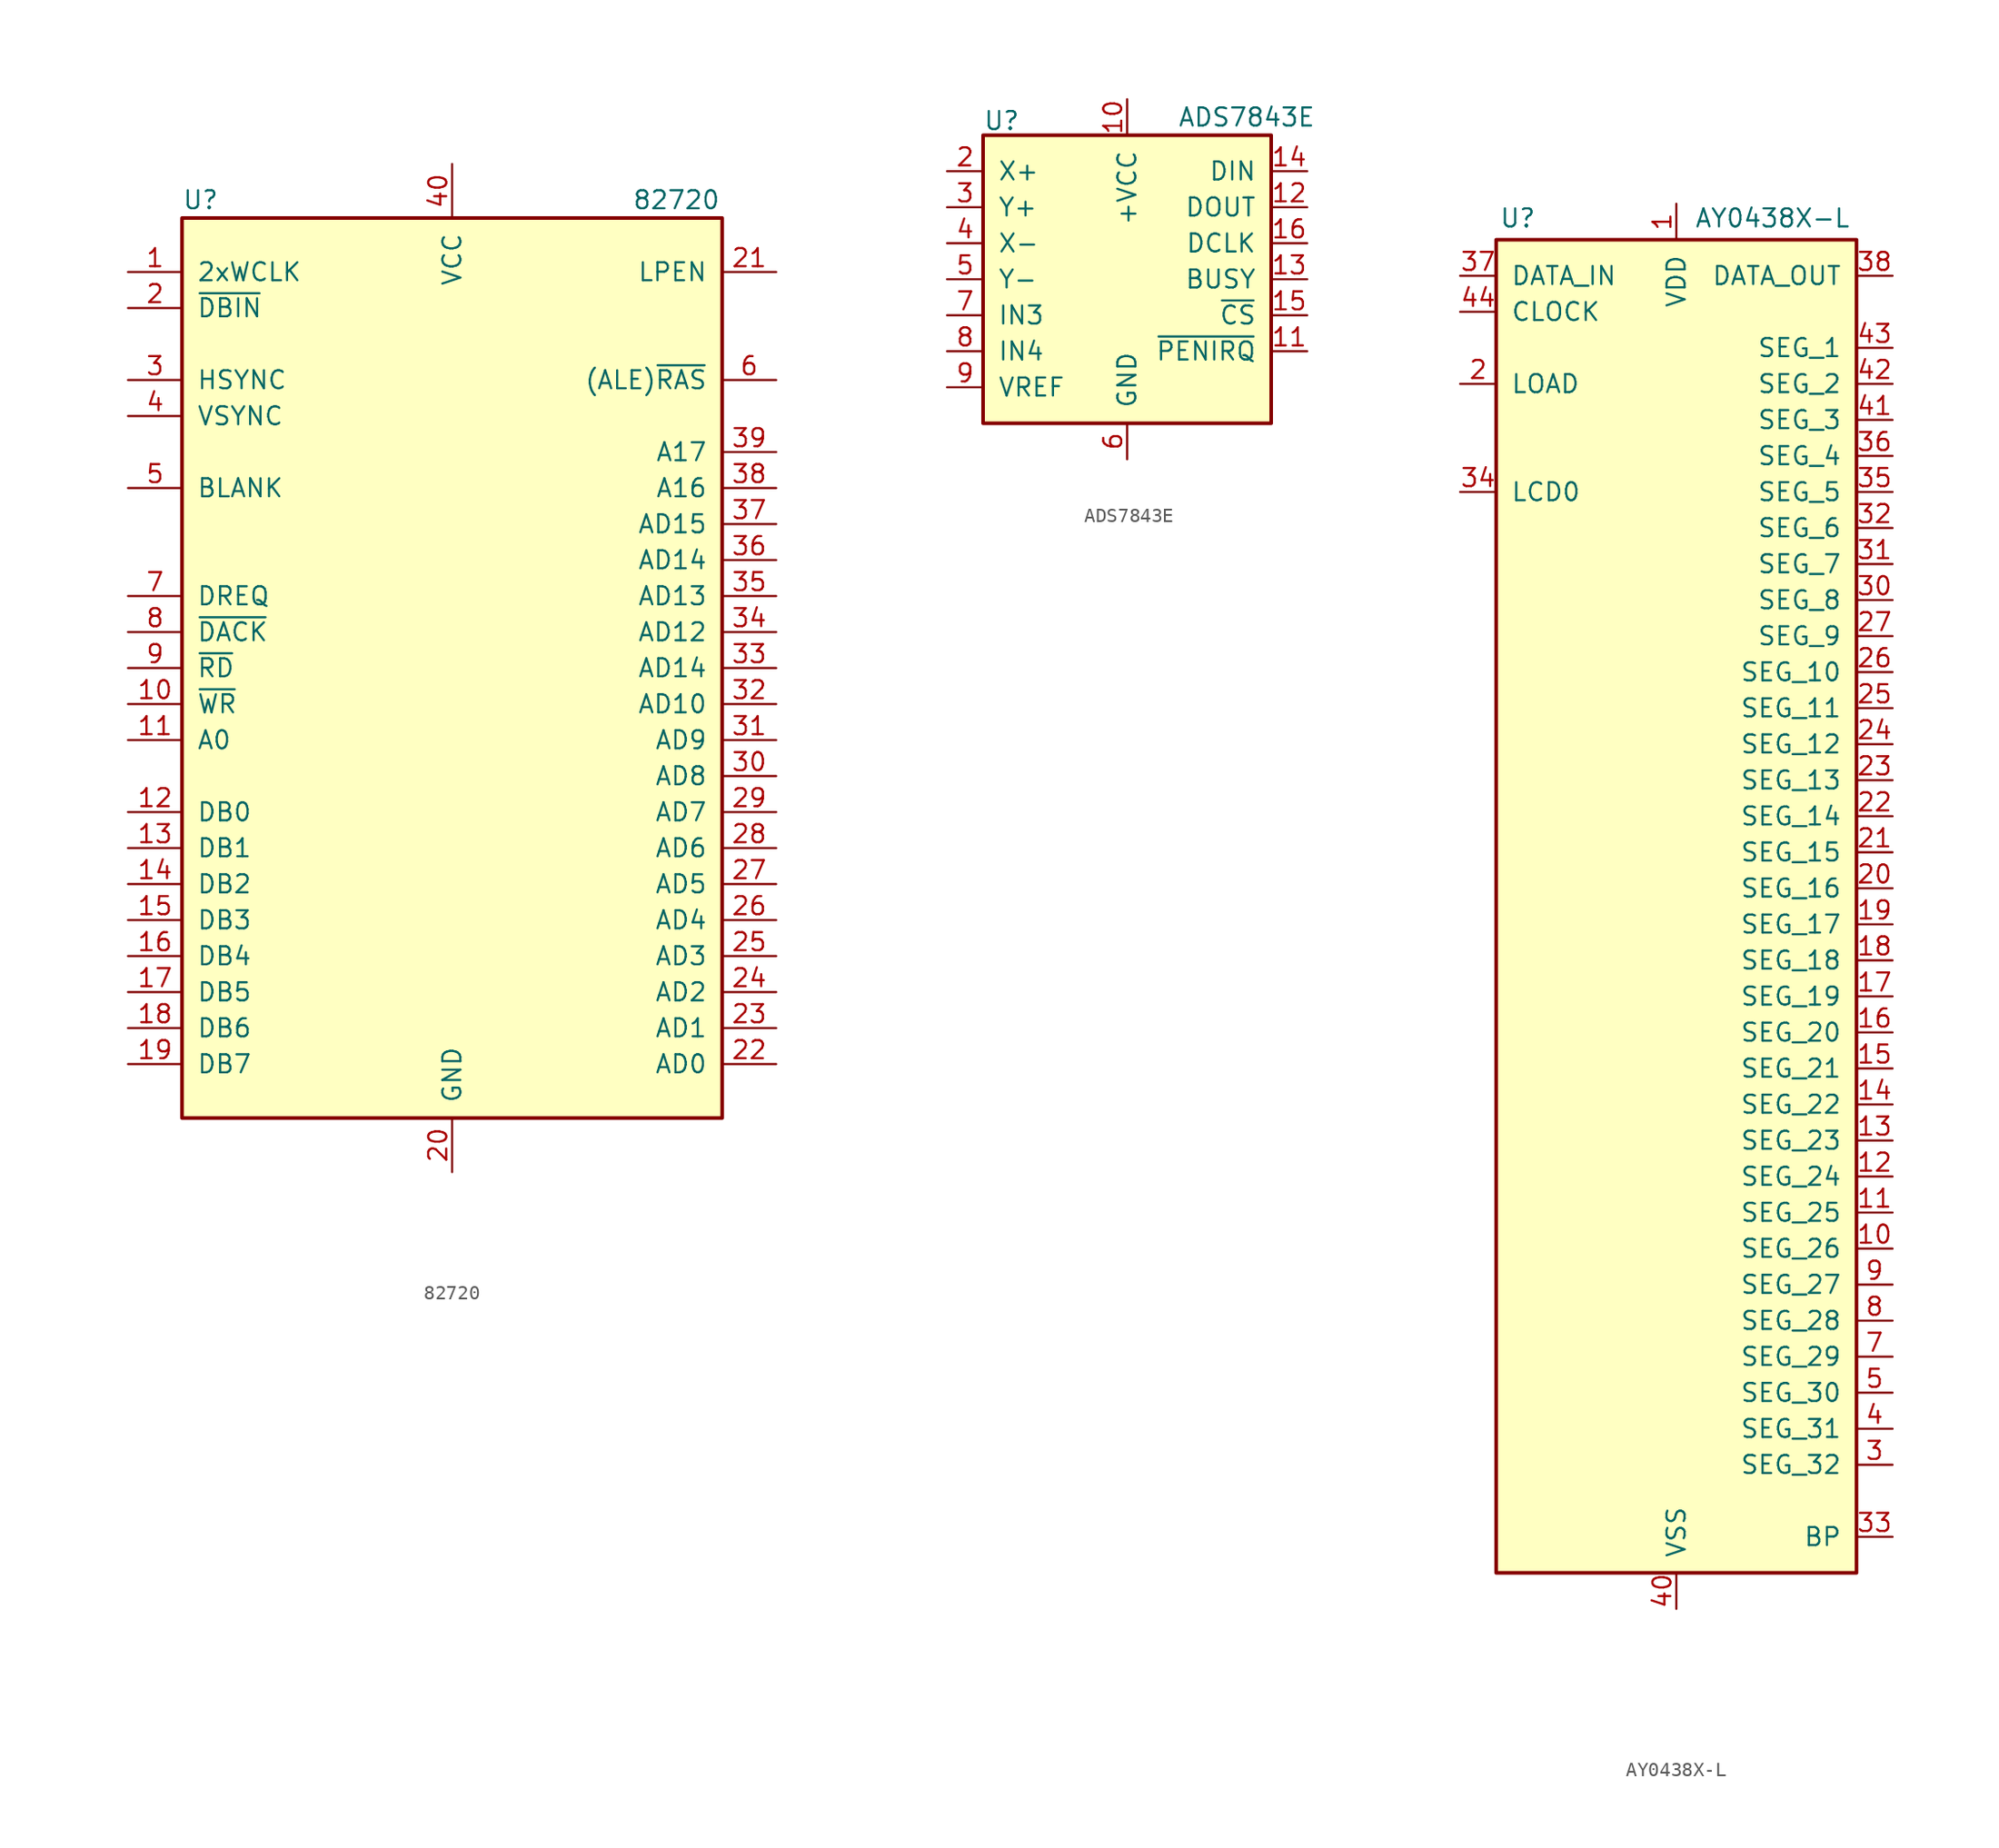
<source format=kicad_sym>
(kicad_symbol_lib
  (version 20201005)
  (generator kicad_symbol_editor)
  (symbol "82720"
    (pin_names
      (offset 1.016))
    (property "Reference" "U"
      (at -19.05 33.02 0)
      (effects (font (size 1.27 1.27)) (justify left)))
    (property "Value" "82720"
      (at 12.7 33.02 0)
      (effects (font (size 1.27 1.27)) (justify left)))
    (symbol "82720_0_0"
      (rectangle (start -19.05 -31.75) (end 19.05 31.75) (stroke (width 0.254)) (fill (type background))))
    (symbol "82720_1_1"
      (pin input line (at -22.86 27.94 0) (length 3.81) (name "2xWCLK" (effects (font (size 1.27 1.27)))) (number "1" (effects (font (size 1.27 1.27)))))
      (pin input line (at -22.86 -2.54 0) (length 3.81) (name "~WR~" (effects (font (size 1.27 1.27)))) (number "10" (effects (font (size 1.27 1.27)))))
      (pin input line (at -22.86 -5.08 0) (length 3.81) (name "A0" (effects (font (size 1.27 1.27)))) (number "11" (effects (font (size 1.27 1.27)))))
      (pin bidirectional line (at -22.86 -10.16 0) (length 3.81) (name "DB0" (effects (font (size 1.27 1.27)))) (number "12" (effects (font (size 1.27 1.27)))))
      (pin bidirectional line (at -22.86 -12.7 0) (length 3.81) (name "DB1" (effects (font (size 1.27 1.27)))) (number "13" (effects (font (size 1.27 1.27)))))
      (pin bidirectional line (at -22.86 -15.24 0) (length 3.81) (name "DB2" (effects (font (size 1.27 1.27)))) (number "14" (effects (font (size 1.27 1.27)))))
      (pin bidirectional line (at -22.86 -17.78 0) (length 3.81) (name "DB3" (effects (font (size 1.27 1.27)))) (number "15" (effects (font (size 1.27 1.27)))))
      (pin bidirectional line (at -22.86 -20.32 0) (length 3.81) (name "DB4" (effects (font (size 1.27 1.27)))) (number "16" (effects (font (size 1.27 1.27)))))
      (pin bidirectional line (at -22.86 -22.86 0) (length 3.81) (name "DB5" (effects (font (size 1.27 1.27)))) (number "17" (effects (font (size 1.27 1.27)))))
      (pin bidirectional line (at -22.86 -25.4 0) (length 3.81) (name "DB6" (effects (font (size 1.27 1.27)))) (number "18" (effects (font (size 1.27 1.27)))))
      (pin bidirectional line (at -22.86 -27.94 0) (length 3.81) (name "DB7" (effects (font (size 1.27 1.27)))) (number "19" (effects (font (size 1.27 1.27)))))
      (pin input line (at -22.86 25.4 0) (length 3.81) (name "~DBIN" (effects (font (size 1.27 1.27)))) (number "2" (effects (font (size 1.27 1.27)))))
      (pin power_in line (at 0 -35.56 90) (length 3.81) (name "GND" (effects (font (size 1.27 1.27)))) (number "20" (effects (font (size 1.27 1.27)))))
      (pin input line (at 22.86 27.94 180) (length 3.81) (name "LPEN" (effects (font (size 1.27 1.27)))) (number "21" (effects (font (size 1.27 1.27)))))
      (pin bidirectional line (at 22.86 -27.94 180) (length 3.81) (name "AD0" (effects (font (size 1.27 1.27)))) (number "22" (effects (font (size 1.27 1.27)))))
      (pin bidirectional line (at 22.86 -25.4 180) (length 3.81) (name "AD1" (effects (font (size 1.27 1.27)))) (number "23" (effects (font (size 1.27 1.27)))))
      (pin bidirectional line (at 22.86 -22.86 180) (length 3.81) (name "AD2" (effects (font (size 1.27 1.27)))) (number "24" (effects (font (size 1.27 1.27)))))
      (pin bidirectional line (at 22.86 -20.32 180) (length 3.81) (name "AD3" (effects (font (size 1.27 1.27)))) (number "25" (effects (font (size 1.27 1.27)))))
      (pin bidirectional line (at 22.86 -17.78 180) (length 3.81) (name "AD4" (effects (font (size 1.27 1.27)))) (number "26" (effects (font (size 1.27 1.27)))))
      (pin bidirectional line (at 22.86 -15.24 180) (length 3.81) (name "AD5" (effects (font (size 1.27 1.27)))) (number "27" (effects (font (size 1.27 1.27)))))
      (pin bidirectional line (at 22.86 -12.7 180) (length 3.81) (name "AD6" (effects (font (size 1.27 1.27)))) (number "28" (effects (font (size 1.27 1.27)))))
      (pin bidirectional line (at 22.86 -10.16 180) (length 3.81) (name "AD7" (effects (font (size 1.27 1.27)))) (number "29" (effects (font (size 1.27 1.27)))))
      (pin output line (at -22.86 20.32 0) (length 3.81) (name "HSYNC" (effects (font (size 1.27 1.27)))) (number "3" (effects (font (size 1.27 1.27)))))
      (pin bidirectional line (at 22.86 -7.62 180) (length 3.81) (name "AD8" (effects (font (size 1.27 1.27)))) (number "30" (effects (font (size 1.27 1.27)))))
      (pin bidirectional line (at 22.86 -5.08 180) (length 3.81) (name "AD9" (effects (font (size 1.27 1.27)))) (number "31" (effects (font (size 1.27 1.27)))))
      (pin bidirectional line (at 22.86 -2.54 180) (length 3.81) (name "AD10" (effects (font (size 1.27 1.27)))) (number "32" (effects (font (size 1.27 1.27)))))
      (pin bidirectional line (at 22.86 0 180) (length 3.81) (name "AD14" (effects (font (size 1.27 1.27)))) (number "33" (effects (font (size 1.27 1.27)))))
      (pin bidirectional line (at 22.86 2.54 180) (length 3.81) (name "AD12" (effects (font (size 1.27 1.27)))) (number "34" (effects (font (size 1.27 1.27)))))
      (pin bidirectional line (at 22.86 5.08 180) (length 3.81) (name "AD13" (effects (font (size 1.27 1.27)))) (number "35" (effects (font (size 1.27 1.27)))))
      (pin bidirectional line (at 22.86 7.62 180) (length 3.81) (name "AD14" (effects (font (size 1.27 1.27)))) (number "36" (effects (font (size 1.27 1.27)))))
      (pin bidirectional line (at 22.86 10.16 180) (length 3.81) (name "AD15" (effects (font (size 1.27 1.27)))) (number "37" (effects (font (size 1.27 1.27)))))
      (pin output line (at 22.86 12.7 180) (length 3.81) (name "A16" (effects (font (size 1.27 1.27)))) (number "38" (effects (font (size 1.27 1.27)))))
      (pin output line (at 22.86 15.24 180) (length 3.81) (name "A17" (effects (font (size 1.27 1.27)))) (number "39" (effects (font (size 1.27 1.27)))))
      (pin bidirectional line (at -22.86 17.78 0) (length 3.81) (name "VSYNC" (effects (font (size 1.27 1.27)))) (number "4" (effects (font (size 1.27 1.27)))))
      (pin power_in line (at 0 35.56 270) (length 3.81) (name "VCC" (effects (font (size 1.27 1.27)))) (number "40" (effects (font (size 1.27 1.27)))))
      (pin output line (at -22.86 12.7 0) (length 3.81) (name "BLANK" (effects (font (size 1.27 1.27)))) (number "5" (effects (font (size 1.27 1.27)))))
      (pin output line (at 22.86 20.32 180) (length 3.81) (name "(ALE)~RAS~" (effects (font (size 1.27 1.27)))) (number "6" (effects (font (size 1.27 1.27)))))
      (pin output line (at -22.86 5.08 0) (length 3.81) (name "DREQ" (effects (font (size 1.27 1.27)))) (number "7" (effects (font (size 1.27 1.27)))))
      (pin input line (at -22.86 2.54 0) (length 3.81) (name "~DACK~" (effects (font (size 1.27 1.27)))) (number "8" (effects (font (size 1.27 1.27)))))
      (pin input line (at -22.86 0 0) (length 3.81) (name "~RD~" (effects (font (size 1.27 1.27)))) (number "9" (effects (font (size 1.27 1.27)))))))
  (symbol "ADS7843E"
    (pin_names
      (offset 1.016))
    (property "Reference" "U"
      (at -10.16 11.176 0)
      (effects (font (size 1.27 1.27)) (justify left)))
    (property "Value" "ADS7843E"
      (at 3.556 11.43 0)
      (effects (font (size 1.27 1.27)) (justify left)))
    (symbol "ADS7843E_0_1"
      (rectangle (start -10.16 10.16) (end 10.16 -10.16) (stroke (width 0.254)) (fill (type background))))
    (symbol "ADS7843E_1_1"
      (pin passive line (at 0 12.7 270) (length 2.54) hide (name "+VCC" (effects (font (size 1.27 1.27)))) (number "1" (effects (font (size 1.27 1.27)))))
      (pin power_in line (at 0 12.7 270) (length 2.54) (name "+VCC" (effects (font (size 1.27 1.27)))) (number "10" (effects (font (size 1.27 1.27)))))
      (pin open_collector line (at 12.7 -5.08 180) (length 2.54) (name "~PENIRQ" (effects (font (size 1.27 1.27)))) (number "11" (effects (font (size 1.27 1.27)))))
      (pin output line (at 12.7 5.08 180) (length 2.54) (name "DOUT" (effects (font (size 1.27 1.27)))) (number "12" (effects (font (size 1.27 1.27)))))
      (pin output line (at 12.7 0 180) (length 2.54) (name "BUSY" (effects (font (size 1.27 1.27)))) (number "13" (effects (font (size 1.27 1.27)))))
      (pin input line (at 12.7 7.62 180) (length 2.54) (name "DIN" (effects (font (size 1.27 1.27)))) (number "14" (effects (font (size 1.27 1.27)))))
      (pin input line (at 12.7 -2.54 180) (length 2.54) (name "~CS" (effects (font (size 1.27 1.27)))) (number "15" (effects (font (size 1.27 1.27)))))
      (pin input line (at 12.7 2.54 180) (length 2.54) (name "DCLK" (effects (font (size 1.27 1.27)))) (number "16" (effects (font (size 1.27 1.27)))))
      (pin input line (at -12.7 7.62 0) (length 2.54) (name "X+" (effects (font (size 1.27 1.27)))) (number "2" (effects (font (size 1.27 1.27)))))
      (pin input line (at -12.7 5.08 0) (length 2.54) (name "Y+" (effects (font (size 1.27 1.27)))) (number "3" (effects (font (size 1.27 1.27)))))
      (pin input line (at -12.7 2.54 0) (length 2.54) (name "X-" (effects (font (size 1.27 1.27)))) (number "4" (effects (font (size 1.27 1.27)))))
      (pin input line (at -12.7 0 0) (length 2.54) (name "Y-" (effects (font (size 1.27 1.27)))) (number "5" (effects (font (size 1.27 1.27)))))
      (pin power_in line (at 0 -12.7 90) (length 2.54) (name "GND" (effects (font (size 1.27 1.27)))) (number "6" (effects (font (size 1.27 1.27)))))
      (pin input line (at -12.7 -2.54 0) (length 2.54) (name "IN3" (effects (font (size 1.27 1.27)))) (number "7" (effects (font (size 1.27 1.27)))))
      (pin input line (at -12.7 -5.08 0) (length 2.54) (name "IN4" (effects (font (size 1.27 1.27)))) (number "8" (effects (font (size 1.27 1.27)))))
      (pin input line (at -12.7 -7.62 0) (length 2.54) (name "VREF" (effects (font (size 1.27 1.27)))) (number "9" (effects (font (size 1.27 1.27)))))))
  (symbol "AY0438X-L"
    (pin_names
      (offset 1.016))
    (property "Reference" "U"
      (at -11.176 47.244 0)
      (effects (font (size 1.27 1.27))))
    (property "Value" "AY0438X-L"
      (at 1.27 47.244 0)
      (effects (font (size 1.27 1.27)) (justify left)))
    (symbol "AY0438X-L_0_1"
      (rectangle (start -12.7 45.72) (end 12.7 -48.26) (stroke (width 0.254)) (fill (type background))))
    (symbol "AY0438X-L_1_1"
      (pin power_in line (at 0 48.26 270) (length 2.54) (name "VDD" (effects (font (size 1.27 1.27)))) (number "1" (effects (font (size 1.27 1.27)))))
      (pin output line (at 15.24 -25.4 180) (length 2.54) (name "SEG_26" (effects (font (size 1.27 1.27)))) (number "10" (effects (font (size 1.27 1.27)))))
      (pin output line (at 15.24 -22.86 180) (length 2.54) (name "SEG_25" (effects (font (size 1.27 1.27)))) (number "11" (effects (font (size 1.27 1.27)))))
      (pin output line (at 15.24 -20.32 180) (length 2.54) (name "SEG_24" (effects (font (size 1.27 1.27)))) (number "12" (effects (font (size 1.27 1.27)))))
      (pin output line (at 15.24 -17.78 180) (length 2.54) (name "SEG_23" (effects (font (size 1.27 1.27)))) (number "13" (effects (font (size 1.27 1.27)))))
      (pin output line (at 15.24 -15.24 180) (length 2.54) (name "SEG_22" (effects (font (size 1.27 1.27)))) (number "14" (effects (font (size 1.27 1.27)))))
      (pin output line (at 15.24 -12.7 180) (length 2.54) (name "SEG_21" (effects (font (size 1.27 1.27)))) (number "15" (effects (font (size 1.27 1.27)))))
      (pin output line (at 15.24 -10.16 180) (length 2.54) (name "SEG_20" (effects (font (size 1.27 1.27)))) (number "16" (effects (font (size 1.27 1.27)))))
      (pin output line (at 15.24 -7.62 180) (length 2.54) (name "SEG_19" (effects (font (size 1.27 1.27)))) (number "17" (effects (font (size 1.27 1.27)))))
      (pin output line (at 15.24 -5.08 180) (length 2.54) (name "SEG_18" (effects (font (size 1.27 1.27)))) (number "18" (effects (font (size 1.27 1.27)))))
      (pin output line (at 15.24 -2.54 180) (length 2.54) (name "SEG_17" (effects (font (size 1.27 1.27)))) (number "19" (effects (font (size 1.27 1.27)))))
      (pin input line (at -15.24 35.56 0) (length 2.54) (name "LOAD" (effects (font (size 1.27 1.27)))) (number "2" (effects (font (size 1.27 1.27)))))
      (pin output line (at 15.24 0 180) (length 2.54) (name "SEG_16" (effects (font (size 1.27 1.27)))) (number "20" (effects (font (size 1.27 1.27)))))
      (pin output line (at 15.24 2.54 180) (length 2.54) (name "SEG_15" (effects (font (size 1.27 1.27)))) (number "21" (effects (font (size 1.27 1.27)))))
      (pin output line (at 15.24 5.08 180) (length 2.54) (name "SEG_14" (effects (font (size 1.27 1.27)))) (number "22" (effects (font (size 1.27 1.27)))))
      (pin output line (at 15.24 7.62 180) (length 2.54) (name "SEG_13" (effects (font (size 1.27 1.27)))) (number "23" (effects (font (size 1.27 1.27)))))
      (pin output line (at 15.24 10.16 180) (length 2.54) (name "SEG_12" (effects (font (size 1.27 1.27)))) (number "24" (effects (font (size 1.27 1.27)))))
      (pin output line (at 15.24 12.7 180) (length 2.54) (name "SEG_11" (effects (font (size 1.27 1.27)))) (number "25" (effects (font (size 1.27 1.27)))))
      (pin output line (at 15.24 15.24 180) (length 2.54) (name "SEG_10" (effects (font (size 1.27 1.27)))) (number "26" (effects (font (size 1.27 1.27)))))
      (pin output line (at 15.24 17.78 180) (length 2.54) (name "SEG_9" (effects (font (size 1.27 1.27)))) (number "27" (effects (font (size 1.27 1.27)))))
      (pin no_connect line (at -12.7 -38.1 0) (length 2.54) hide (name "NC" (effects (font (size 1.27 1.27)))) (number "28" (effects (font (size 1.27 1.27)))))
      (pin no_connect line (at -12.7 -35.56 0) (length 2.54) hide (name "NC" (effects (font (size 1.27 1.27)))) (number "29" (effects (font (size 1.27 1.27)))))
      (pin output line (at 15.24 -40.64 180) (length 2.54) (name "SEG_32" (effects (font (size 1.27 1.27)))) (number "3" (effects (font (size 1.27 1.27)))))
      (pin output line (at 15.24 20.32 180) (length 2.54) (name "SEG_8" (effects (font (size 1.27 1.27)))) (number "30" (effects (font (size 1.27 1.27)))))
      (pin output line (at 15.24 22.86 180) (length 2.54) (name "SEG_7" (effects (font (size 1.27 1.27)))) (number "31" (effects (font (size 1.27 1.27)))))
      (pin output line (at 15.24 25.4 180) (length 2.54) (name "SEG_6" (effects (font (size 1.27 1.27)))) (number "32" (effects (font (size 1.27 1.27)))))
      (pin output line (at 15.24 -45.72 180) (length 2.54) (name "BP" (effects (font (size 1.27 1.27)))) (number "33" (effects (font (size 1.27 1.27)))))
      (pin input line (at -15.24 27.94 0) (length 2.54) (name "LCD0" (effects (font (size 1.27 1.27)))) (number "34" (effects (font (size 1.27 1.27)))))
      (pin output line (at 15.24 27.94 180) (length 2.54) (name "SEG_5" (effects (font (size 1.27 1.27)))) (number "35" (effects (font (size 1.27 1.27)))))
      (pin output line (at 15.24 30.48 180) (length 2.54) (name "SEG_4" (effects (font (size 1.27 1.27)))) (number "36" (effects (font (size 1.27 1.27)))))
      (pin input line (at -15.24 43.18 0) (length 2.54) (name "DATA_IN" (effects (font (size 1.27 1.27)))) (number "37" (effects (font (size 1.27 1.27)))))
      (pin output line (at 15.24 43.18 180) (length 2.54) (name "DATA_OUT" (effects (font (size 1.27 1.27)))) (number "38" (effects (font (size 1.27 1.27)))))
      (pin no_connect line (at -12.7 -33.02 0) (length 2.54) hide (name "NC" (effects (font (size 1.27 1.27)))) (number "39" (effects (font (size 1.27 1.27)))))
      (pin output line (at 15.24 -38.1 180) (length 2.54) (name "SEG_31" (effects (font (size 1.27 1.27)))) (number "4" (effects (font (size 1.27 1.27)))))
      (pin power_in line (at 0 -50.8 90) (length 2.54) (name "VSS" (effects (font (size 1.27 1.27)))) (number "40" (effects (font (size 1.27 1.27)))))
      (pin output line (at 15.24 33.02 180) (length 2.54) (name "SEG_3" (effects (font (size 1.27 1.27)))) (number "41" (effects (font (size 1.27 1.27)))))
      (pin output line (at 15.24 35.56 180) (length 2.54) (name "SEG_2" (effects (font (size 1.27 1.27)))) (number "42" (effects (font (size 1.27 1.27)))))
      (pin output line (at 15.24 38.1 180) (length 2.54) (name "SEG_1" (effects (font (size 1.27 1.27)))) (number "43" (effects (font (size 1.27 1.27)))))
      (pin input line (at -15.24 40.64 0) (length 2.54) (name "CLOCK" (effects (font (size 1.27 1.27)))) (number "44" (effects (font (size 1.27 1.27)))))
      (pin output line (at 15.24 -35.56 180) (length 2.54) (name "SEG_30" (effects (font (size 1.27 1.27)))) (number "5" (effects (font (size 1.27 1.27)))))
      (pin no_connect line (at -12.7 -40.64 0) (length 2.54) hide (name "NC" (effects (font (size 1.27 1.27)))) (number "6" (effects (font (size 1.27 1.27)))))
      (pin output line (at 15.24 -33.02 180) (length 2.54) (name "SEG_29" (effects (font (size 1.27 1.27)))) (number "7" (effects (font (size 1.27 1.27)))))
      (pin output line (at 15.24 -30.48 180) (length 2.54) (name "SEG_28" (effects (font (size 1.27 1.27)))) (number "8" (effects (font (size 1.27 1.27)))))
      (pin output line (at 15.24 -27.94 180) (length 2.54) (name "SEG_27" (effects (font (size 1.27 1.27)))) (number "9" (effects (font (size 1.27 1.27))))))))
</source>
